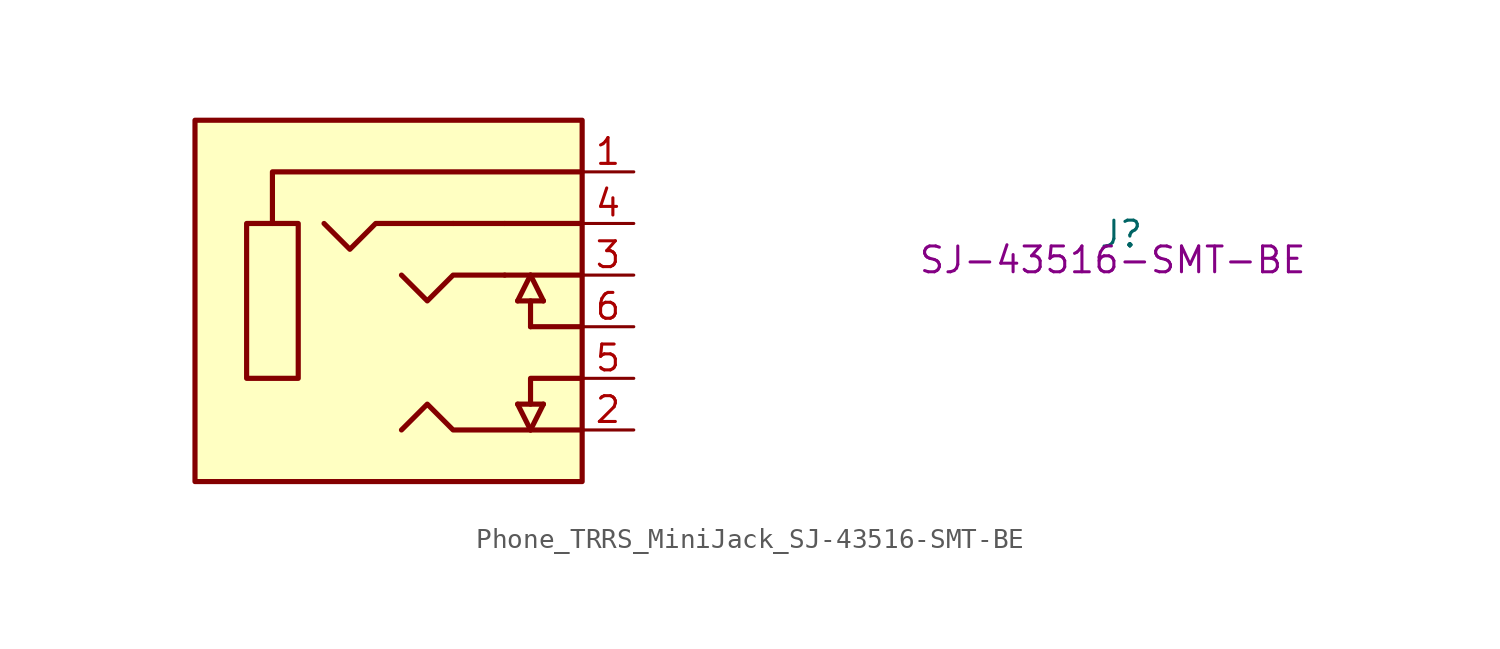
<source format=kicad_sym>
(kicad_symbol_lib
  (version 20220914)
  (generator kicad_symbol_editor)
  (symbol "Phone_TRRS_MiniJack_SJ-43516-SMT-BE"
    (property "Reference" "J"
      (at 22.86 -3.81 0)
      (effects (font (size 1.27 1.27) (thickness 0.15)) (justify left bottom)))
    (property "MPN" "SJ-43516-SMT-BE"
      (at 13.97 -5.08 0)
      (effects (font (size 1.27 1.27) (thickness 0.15)) (justify left bottom)))
    (symbol "Phone_TRRS_MiniJack_SJ-43516-SMT-BE_1_1"
      (rectangle (start -19.05 -2.54) (end -16.51 -10.16) (stroke (width 0.254) (type default)) (fill (type background)))
      (rectangle (start -2.54 2.54) (end -21.59 -15.24) (stroke (width 0.254) (type default)) (fill (type background)))
      (polyline (pts (xy -8.89 -2.54) (xy -6.35 -2.54)) (stroke (width 0.254) (type default)) (fill (type background)))
      (polyline (pts (xy -5.715 -11.43) (xy -5.08 -12.7)) (stroke (width 0.254) (type default)) (fill (type background)))
      (polyline (pts (xy -5.715 -11.43) (xy -4.445 -11.43)) (stroke (width 0.254) (type default)) (fill (type background)))
      (polyline (pts (xy -5.715 -6.35) (xy -4.445 -6.35)) (stroke (width 0.254) (type default)) (fill (type background)))
      (polyline (pts (xy -5.08 -7.62) (xy -5.08 -6.35)) (stroke (width 0.254) (type default)) (fill (type background)))
      (polyline (pts (xy -5.08 -5.08) (xy -5.715 -6.35)) (stroke (width 0.254) (type default)) (fill (type background)))
      (polyline (pts (xy -5.08 -5.08) (xy -4.445 -6.35)) (stroke (width 0.254) (type default)) (fill (type background)))
      (polyline (pts (xy -4.445 -11.43) (xy -5.08 -12.7)) (stroke (width 0.254) (type default)) (fill (type background)))
      (polyline (pts (xy -2.54 -7.62) (xy -5.08 -7.62)) (stroke (width 0.254) (type default)) (fill (type background)))
      (polyline (pts (xy -2.54 -5.08) (xy -6.35 -5.08)) (stroke (width 0.254) (type default)) (fill (type background)))
      (polyline (pts (xy -2.54 -2.54) (xy -6.35 -2.54)) (stroke (width 0.254) (type default)) (fill (type background)))
      (polyline (pts (xy -2.54 -10.16) (xy -5.08 -10.16) (xy -5.08 -11.43)) (stroke (width 0.254) (type default)) (fill (type background)))
      (polyline (pts (xy -2.54 0) (xy -17.78 0) (xy -17.78 -2.54)) (stroke (width 0.254) (type default)) (fill (type background)))
      (polyline (pts (xy -11.43 -5.08) (xy -10.16 -6.35) (xy -8.89 -5.08) (xy -6.35 -5.08)) (stroke (width 0.254) (type default)) (fill (type background)))
      (polyline (pts (xy -8.89 -2.54) (xy -12.7 -2.54) (xy -13.97 -3.81) (xy -15.24 -2.54)) (stroke (width 0.254) (type default)) (fill (type background)))
      (polyline (pts (xy -2.54 -12.7) (xy -8.89 -12.7) (xy -10.16 -11.43) (xy -11.43 -12.7)) (stroke (width 0.254) (type default)) (fill (type background)))
      (pin passive line (at 0 0 180) (length 2.54) (name "~" (effects (font (size 1.27 1.27)))) (number "1" (effects (font (size 1.27 1.27)))))
      (pin passive line (at 0 -12.7 180) (length 2.54) (name "~" (effects (font (size 1.27 1.27)))) (number "2" (effects (font (size 1.27 1.27)))))
      (pin passive line (at 0 -5.08 180) (length 2.54) (name "~" (effects (font (size 1.27 1.27)))) (number "3" (effects (font (size 1.27 1.27)))))
      (pin passive line (at 0 -2.54 180) (length 2.54) (name "~" (effects (font (size 1.27 1.27)))) (number "4" (effects (font (size 1.27 1.27)))))
      (pin passive line (at 0 -10.16 180) (length 2.54) (name "~" (effects (font (size 1.27 1.27)))) (number "5" (effects (font (size 1.27 1.27)))))
      (pin passive line (at 0 -7.62 180) (length 2.54) (name "~" (effects (font (size 1.27 1.27)))) (number "6" (effects (font (size 1.27 1.27))))))))
</source>
